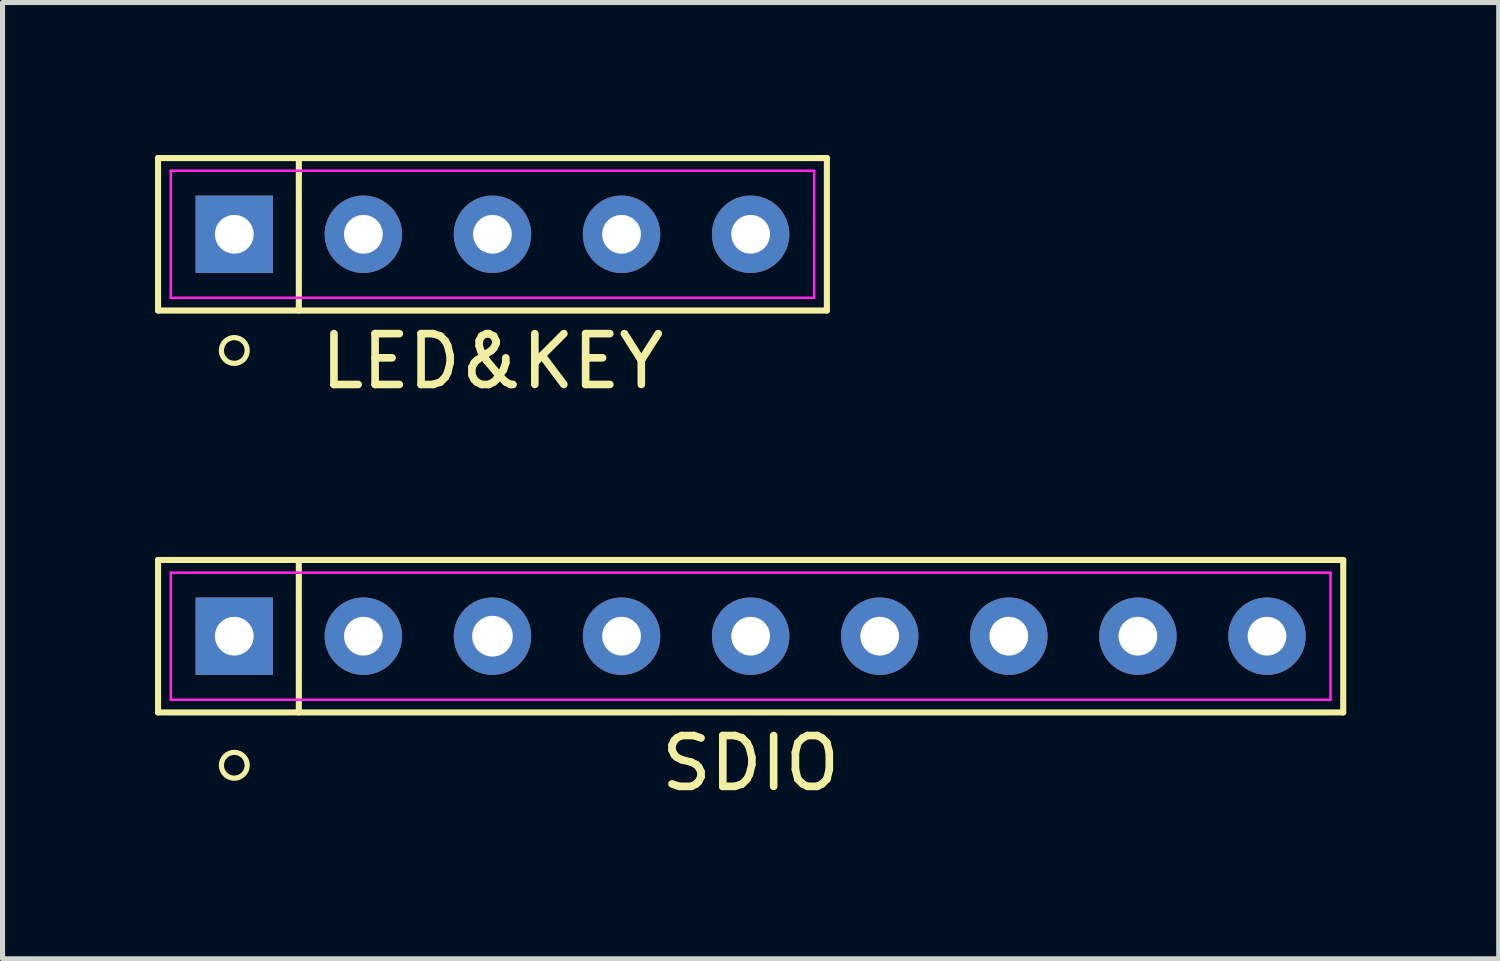
<source format=kicad_pcb>
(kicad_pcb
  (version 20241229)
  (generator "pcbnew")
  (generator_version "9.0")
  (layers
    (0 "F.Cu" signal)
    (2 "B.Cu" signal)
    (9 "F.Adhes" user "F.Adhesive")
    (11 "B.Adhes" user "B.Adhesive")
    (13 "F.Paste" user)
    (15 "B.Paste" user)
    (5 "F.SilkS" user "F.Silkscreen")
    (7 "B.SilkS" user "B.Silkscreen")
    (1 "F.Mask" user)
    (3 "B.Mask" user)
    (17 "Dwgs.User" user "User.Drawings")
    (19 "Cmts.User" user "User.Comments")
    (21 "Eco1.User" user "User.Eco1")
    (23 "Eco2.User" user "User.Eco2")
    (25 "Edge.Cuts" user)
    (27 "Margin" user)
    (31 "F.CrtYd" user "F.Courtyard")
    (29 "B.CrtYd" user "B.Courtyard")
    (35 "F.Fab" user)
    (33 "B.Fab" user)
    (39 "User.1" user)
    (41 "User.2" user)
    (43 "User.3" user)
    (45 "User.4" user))
  (footprint "LED&KEY"
    (layer "F.Cu")
    (at 6.64 1.56)
    (property "Reference" "LED&KEY" (at 0 2.5 0) (layer "F.SilkS") (effects (font (size 1 1) (thickness 0.15))))
    (attr through_hole)
    (fp_line (start -6.58 -1.5) (end 6.58 -1.5) (stroke (width 0.12) (type solid)) (layer "F.SilkS"))
    (fp_line (start -6.58 1.5) (end -6.58 -1.5) (stroke (width 0.12) (type solid)) (layer "F.SilkS"))
    (fp_line (start -3.81 -1.5) (end -3.81 1.5) (stroke (width 0.12) (type solid)) (layer "F.SilkS"))
    (fp_line (start 6.58 -1.5) (end 6.58 1.5) (stroke (width 0.12) (type solid)) (layer "F.SilkS"))
    (fp_line (start 6.58 1.5) (end -6.58 1.5) (stroke (width 0.12) (type solid)) (layer "F.SilkS"))
    (fp_circle (center -5.08 2.286) (end -4.826 2.286) (stroke (width 0.102) (type solid)) (fill no) (layer "F.SilkS"))
    (fp_line (start -6.33 -1.25) (end 6.33 -1.25) (stroke (width 0.05) (type solid)) (layer "F.CrtYd"))
    (fp_line (start -6.33 1.25) (end -6.33 -1.25) (stroke (width 0.05) (type solid)) (layer "F.CrtYd"))
    (fp_line (start 6.33 -1.25) (end 6.33 1.25) (stroke (width 0.05) (type solid)) (layer "F.CrtYd"))
    (fp_line (start 6.33 1.25) (end -6.33 1.25) (stroke (width 0.05) (type solid)) (layer "F.CrtYd"))
    (pad "1" thru_hole rect (at -5.08 0) (size 1.524 1.524) (drill 0.762) (layers "*.Cu" "*.Mask"))
    (pad "2" thru_hole circle (at -2.54 0) (size 1.524 1.524) (drill 0.762) (layers "*.Cu" "*.Mask"))
    (pad "3" thru_hole circle (at 0 0) (size 1.524 1.524) (drill 0.762) (layers "*.Cu" "*.Mask"))
    (pad "4" thru_hole circle (at 2.54 0) (size 1.524 1.524) (drill 0.762) (layers "*.Cu" "*.Mask"))
    (pad "5" thru_hole circle (at 5.08 0) (size 1.524 1.524) (drill 0.762) (layers "*.Cu" "*.Mask")))
  (footprint "SDIO"
    (layer "F.Cu")
    (at 11.72 9.468)
    (property "Reference" "SDIO" (at 0 2.5 0) (layer "F.SilkS") (effects (font (size 1 1) (thickness 0.15))))
    (attr through_hole)
    (fp_line (start -11.66 -1.5) (end 11.66 -1.5) (stroke (width 0.12) (type solid)) (layer "F.SilkS"))
    (fp_line (start -11.66 1.5) (end -11.66 -1.5) (stroke (width 0.12) (type solid)) (layer "F.SilkS"))
    (fp_line (start -8.89 -1.5) (end -8.89 1.5) (stroke (width 0.12) (type solid)) (layer "F.SilkS"))
    (fp_line (start 11.66 -1.5) (end 11.66 1.5) (stroke (width 0.12) (type solid)) (layer "F.SilkS"))
    (fp_line (start 11.66 1.5) (end -11.66 1.5) (stroke (width 0.12) (type solid)) (layer "F.SilkS"))
    (fp_circle (center -10.16 2.54) (end -9.906 2.54) (stroke (width 0.102) (type solid)) (fill no) (layer "F.SilkS"))
    (fp_line (start -11.41 -1.25) (end 11.41 -1.25) (stroke (width 0.05) (type solid)) (layer "F.CrtYd"))
    (fp_line (start -11.41 1.25) (end -11.41 -1.25) (stroke (width 0.05) (type solid)) (layer "F.CrtYd"))
    (fp_line (start 11.41 -1.25) (end 11.41 1.25) (stroke (width 0.05) (type solid)) (layer "F.CrtYd"))
    (fp_line (start 11.41 1.25) (end -11.41 1.25) (stroke (width 0.05) (type solid)) (layer "F.CrtYd"))
    (pad "1" thru_hole rect (at -10.16 0) (size 1.524 1.524) (drill 0.762) (layers "*.Cu" "*.Mask"))
    (pad "2" thru_hole circle (at -7.62 0) (size 1.524 1.524) (drill 0.762) (layers "*.Cu" "*.Mask"))
    (pad "3" thru_hole circle (at -5.08 0) (size 1.524 1.524) (drill 0.8) (layers "*.Cu" "*.Mask"))
    (pad "4" thru_hole circle (at -2.54 0) (size 1.524 1.524) (drill 0.762) (layers "*.Cu" "*.Mask"))
    (pad "5" thru_hole circle (at 0 0) (size 1.524 1.524) (drill 0.762) (layers "*.Cu" "*.Mask"))
    (pad "6" thru_hole circle (at 2.54 0) (size 1.524 1.524) (drill 0.762) (layers "*.Cu" "*.Mask"))
    (pad "7" thru_hole circle (at 5.08 0) (size 1.524 1.524) (drill 0.762) (layers "*.Cu" "*.Mask"))
    (pad "8" thru_hole circle (at 7.62 0) (size 1.524 1.524) (drill 0.762) (layers "*.Cu" "*.Mask"))
    (pad "9" thru_hole circle (at 10.16 0) (size 1.524 1.524) (drill 0.762) (layers "*.Cu" "*.Mask")))
  (gr_rect
    (start -3 -3)
    (end 26.44 15.816)
    (stroke (width 0.1) (type default))
    (fill no)
    (layer "Edge.Cuts")))
</source>
